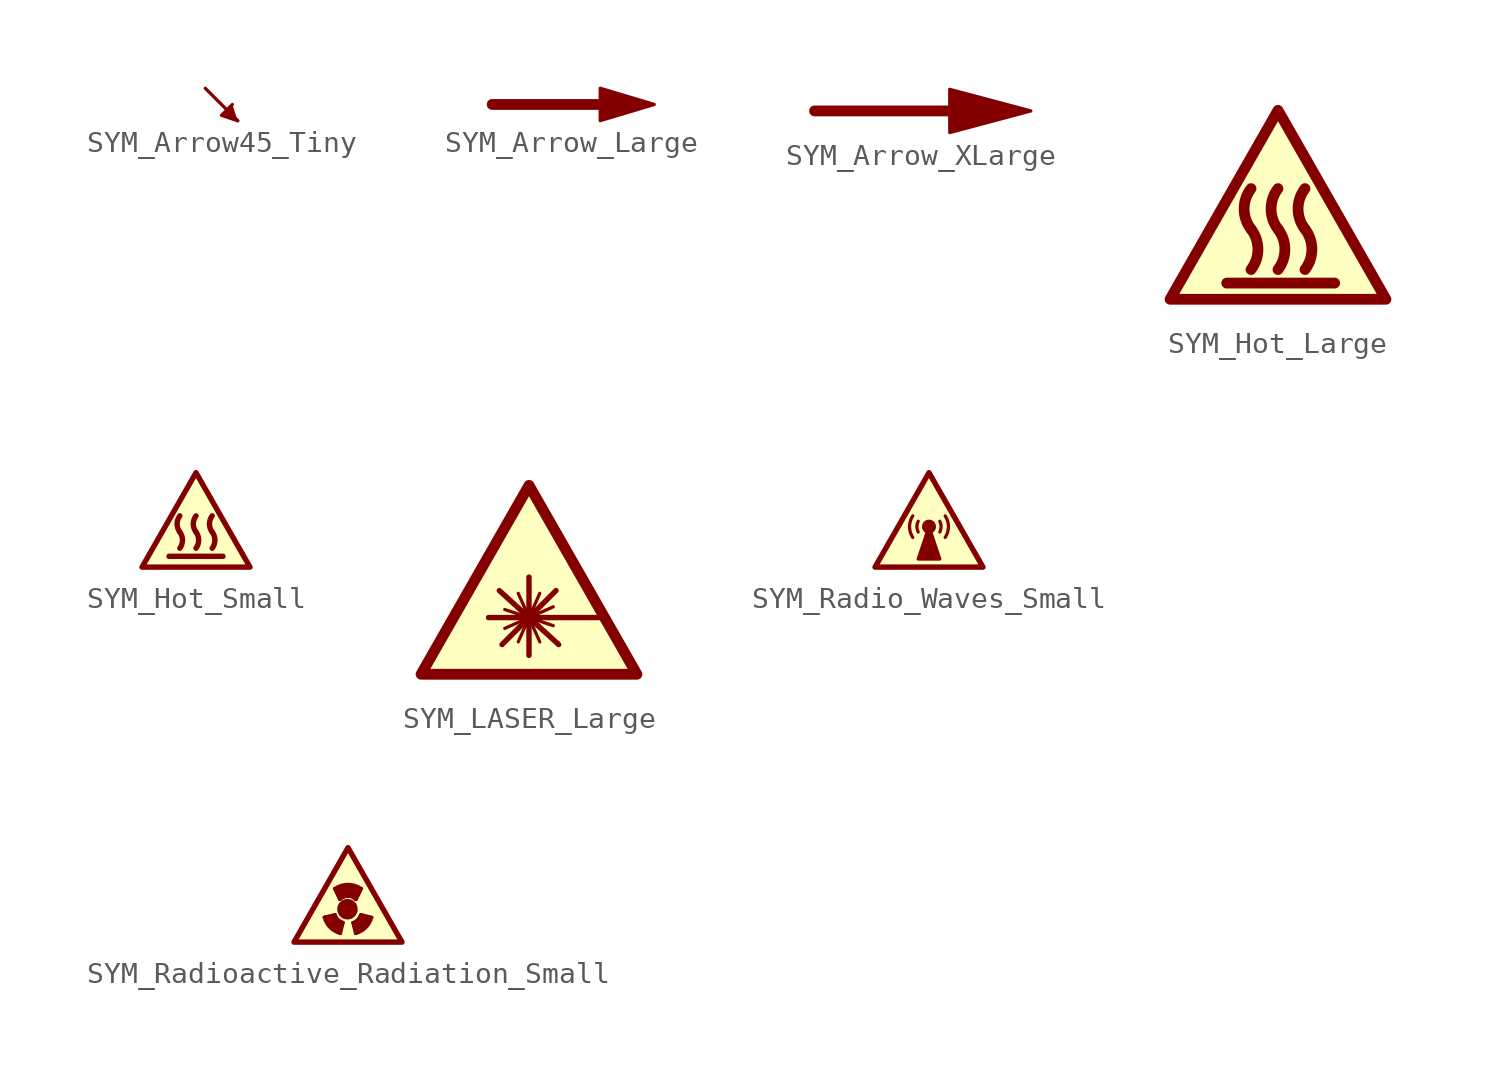
<source format=kicad_sym>
(kicad_symbol_lib
  (version 20211014)
  (generator kicad_symbol_editor)
  (symbol "SYM_Arrow45_Tiny"
    (pin_names
      (offset 1.016))
    (property "Reference" "#SYM"
      (at 4.064 1.27 0)
      (effects (font (size 1.27 1.27)) hide))
    (symbol "SYM_Arrow45_Tiny_0_1"
      (polyline (pts (xy 0.508 -0.762) (xy -1.016 0.762)) (stroke (width 0) (type default) (color 0 0 0 0)) (fill (type none)))
      (polyline (pts (xy 0.508 -0.762) (xy -0.254 -0.508) (xy 0.254 0)) (stroke (width 0) (type default) (color 0 0 0 0)) (fill (type outline)))))
  (symbol "SYM_Arrow_Large"
    (pin_names
      (offset 1.016))
    (property "Reference" "#SYM"
      (at 0 2.286 0)
      (effects (font (size 1.27 1.27)) hide))
    (symbol "SYM_Arrow_Large_0_1"
      (polyline (pts (xy 2.54 0) (xy -3.81 0)) (stroke (width 0.508) (type default) (color 0 0 0 0)) (fill (type none)))
      (polyline (pts (xy 3.81 0) (xy 1.27 -0.762) (xy 1.27 0.762) (xy 3.81 0)) (stroke (width 0) (type default) (color 0 0 0 0)) (fill (type outline)))))
  (symbol "SYM_Arrow_XLarge"
    (pin_names
      (offset 1.016))
    (property "Reference" "#SYM"
      (at 0 2.286 0)
      (effects (font (size 1.27 1.27)) hide))
    (symbol "SYM_Arrow_XLarge_0_1"
      (polyline (pts (xy 2.54 0) (xy -5.08 0)) (stroke (width 0.508) (type default) (color 0 0 0 0)) (fill (type none)))
      (polyline (pts (xy 5.08 0) (xy 1.27 -1.016) (xy 1.27 1.016) (xy 5.08 0)) (stroke (width 0) (type default) (color 0 0 0 0)) (fill (type outline)))))
  (symbol "SYM_Hot_Large"
    (pin_names
      (offset 1.016) hide)
    (property "Reference" "#SYM"
      (at 0 5.08 0)
      (effects (font (size 1.27 1.27)) hide))
    (symbol "SYM_Hot_Large_0_1"
      (arc (start -1.27 -3.683) (mid -0.9449 -2.728) (end -1.27 -1.778) (stroke (width 0.508) (type default) (color 0 0 0 0)) (fill (type none)))
      (arc (start -1.27 0.127) (mid -1.5951 -0.828) (end -1.27 -1.778) (stroke (width 0.508) (type default) (color 0 0 0 0)) (fill (type none)))
      (arc (start 0 -3.683) (mid 0.3251 -2.728) (end 0 -1.778) (stroke (width 0.508) (type default) (color 0 0 0 0)) (fill (type none)))
      (polyline (pts (xy -2.413 -4.318) (xy 2.667 -4.318)) (stroke (width 0.508) (type default) (color 0 0 0 0)) (fill (type none)))
      (polyline (pts (xy -5.08 -5.08) (xy 5.08 -5.08) (xy 0 3.81) (xy -5.08 -5.08)) (stroke (width 0.508) (type default) (color 0 0 0 0)) (fill (type background)))
      (arc (start 0 0.127) (mid -0.3251 -0.828) (end 0 -1.778) (stroke (width 0.508) (type default) (color 0 0 0 0)) (fill (type none)))
      (arc (start 1.27 -3.683) (mid 1.5951 -2.728) (end 1.27 -1.778) (stroke (width 0.508) (type default) (color 0 0 0 0)) (fill (type none)))
      (arc (start 1.27 0.127) (mid 0.9449 -0.828) (end 1.27 -1.778) (stroke (width 0.508) (type default) (color 0 0 0 0)) (fill (type none)))))
  (symbol "SYM_Hot_Small"
    (pin_names
      (offset 1.016) hide)
    (property "Reference" "#SYM"
      (at 0 3.556 0)
      (effects (font (size 1.27 1.27)) hide))
    (symbol "SYM_Hot_Small_0_1"
      (arc (start -0.762 -1.016) (mid -0.635 -0.635) (end -0.762 -0.254) (stroke (width 0.254) (type default) (color 0 0 0 0)) (fill (type none)))
      (arc (start -0.762 0.508) (mid -0.889 0.127) (end -0.762 -0.254) (stroke (width 0.254) (type default) (color 0 0 0 0)) (fill (type none)))
      (arc (start 0 -1.016) (mid 0.127 -0.635) (end 0 -0.254) (stroke (width 0.254) (type default) (color 0 0 0 0)) (fill (type none)))
      (polyline (pts (xy 1.27 -1.397) (xy -1.27 -1.397)) (stroke (width 0.254) (type default) (color 0 0 0 0)) (fill (type none)))
      (polyline (pts (xy -2.54 -1.905) (xy 2.54 -1.905) (xy 0 2.54) (xy -2.54 -1.905)) (stroke (width 0.254) (type default) (color 0 0 0 0)) (fill (type background)))
      (arc (start 0 0.508) (mid -0.127 0.127) (end 0 -0.254) (stroke (width 0.254) (type default) (color 0 0 0 0)) (fill (type none)))
      (arc (start 0.762 -1.016) (mid 0.889 -0.635) (end 0.762 -0.254) (stroke (width 0.254) (type default) (color 0 0 0 0)) (fill (type none)))
      (arc (start 0.762 0.508) (mid 0.635 0.127) (end 0.762 -0.254) (stroke (width 0.254) (type default) (color 0 0 0 0)) (fill (type none)))))
  (symbol "SYM_LASER_Large"
    (pin_names
      (offset 1.016) hide)
    (property "Reference" "#SYM"
      (at 0 5.08 0)
      (effects (font (size 1.27 1.27)) hide))
    (symbol "SYM_LASER_Large_0_1"
      (polyline (pts (xy -1.905 -2.413) (xy 3.556 -2.413)) (stroke (width 0.254) (type default) (color 0 0 0 0)) (fill (type none)))
      (polyline (pts (xy -1.27 -3.683) (xy 1.27 -1.143)) (stroke (width 0.254) (type default) (color 0 0 0 0)) (fill (type none)))
      (polyline (pts (xy -1.143 -2.921) (xy 1.143 -1.905)) (stroke (width 0) (type default) (color 0 0 0 0)) (fill (type none)))
      (polyline (pts (xy -1.143 -2.032) (xy 1.143 -2.794)) (stroke (width 0) (type default) (color 0 0 0 0)) (fill (type none)))
      (polyline (pts (xy -0.508 -1.27) (xy 0.508 -3.556)) (stroke (width 0) (type default) (color 0 0 0 0)) (fill (type none)))
      (polyline (pts (xy 0 -4.191) (xy 0 -0.508)) (stroke (width 0.254) (type default) (color 0 0 0 0)) (fill (type none)))
      (polyline (pts (xy 0.508 -1.27) (xy -0.508 -3.556)) (stroke (width 0) (type default) (color 0 0 0 0)) (fill (type none)))
      (polyline (pts (xy 1.397 -3.683) (xy -1.397 -1.143)) (stroke (width 0.254) (type default) (color 0 0 0 0)) (fill (type none)))
      (polyline (pts (xy -5.08 -5.08) (xy 5.08 -5.08) (xy 0 3.81) (xy -5.08 -5.08)) (stroke (width 0.508) (type default) (color 0 0 0 0)) (fill (type background)))))
  (symbol "SYM_Radio_Waves_Small"
    (pin_names
      (offset 1.016) hide)
    (property "Reference" "#SYM"
      (at 0 3.556 0)
      (effects (font (size 1.27 1.27)) hide))
    (symbol "SYM_Radio_Waves_Small_0_1"
      (arc (start -0.762 0.508) (mid -0.9158 0) (end -0.762 -0.508) (stroke (width 0) (type default) (color 0 0 0 0)) (fill (type none)))
      (arc (start -0.508 0.254) (mid -0.568 0) (end -0.508 -0.254) (stroke (width 0) (type default) (color 0 0 0 0)) (fill (type none)))
      (polyline (pts (xy -2.54 -1.905) (xy 2.54 -1.905) (xy 0 2.54) (xy -2.54 -1.905)) (stroke (width 0.254) (type default) (color 0 0 0 0)) (fill (type background)))
      (polyline (pts (xy -0.508 -1.524) (xy 0.508 -1.524) (xy 0 0) (xy -0.508 -1.524)) (stroke (width 0) (type default) (color 0 0 0 0)) (fill (type outline)))
      (circle (center 0 0) (radius 0.254) (stroke (width 0) (type default) (color 0 0 0 0)) (fill (type outline)))
      (arc (start 0.508 -0.254) (mid 0.568 0) (end 0.508 0.254) (stroke (width 0) (type default) (color 0 0 0 0)) (fill (type none)))
      (arc (start 0.762 -0.508) (mid 0.9158 0) (end 0.762 0.508) (stroke (width 0) (type default) (color 0 0 0 0)) (fill (type none)))))
  (symbol "SYM_Radioactive_Radiation_Small"
    (pin_names
      (offset 1.016) hide)
    (property "Reference" "#SYM"
      (at 0 3.556 0)
      (effects (font (size 1.27 1.27)) hide))
    (symbol "SYM_Radioactive_Radiation_Small_0_0"
      (arc (start -1.1176 -0.7366) (mid -0.8421 -1.2231) (end -0.3556 -1.4986) (stroke (width 0) (type default) (color 0 0 0 0)) (fill (type none)))
      (arc (start -0.6096 -0.6096) (mid -0.4656 -0.8429) (end -0.2286 -0.9906) (stroke (width 0) (type default) (color 0 0 0 0)) (fill (type none)))
      (circle (center -0.025 -0.356) (radius 0.356) (stroke (width 0.254) (type default) (color 0 0 0 0)) (fill (type outline)))
      (polyline (pts (xy -1.118 -0.737) (xy -0.61 -0.61)) (stroke (width 0) (type default) (color 0 0 0 0)) (fill (type none)))
      (polyline (pts (xy -0.635 0.61) (xy -0.381 0.102)) (stroke (width 0) (type default) (color 0 0 0 0)) (fill (type none)))
      (polyline (pts (xy -0.356 -1.499) (xy -0.229 -0.991)) (stroke (width 0) (type default) (color 0 0 0 0)) (fill (type none)))
      (polyline (pts (xy 0.356 -1.499) (xy 0.229 -0.991)) (stroke (width 0) (type default) (color 0 0 0 0)) (fill (type none)))
      (polyline (pts (xy 0.635 0.61) (xy 0.381 0.102)) (stroke (width 0) (type default) (color 0 0 0 0)) (fill (type none)))
      (polyline (pts (xy 1.118 -0.737) (xy 0.61 -0.61)) (stroke (width 0) (type default) (color 0 0 0 0)) (fill (type none)))
      (polyline (pts (xy -0.61 -0.66) (xy -0.508 -0.864) (xy -0.254 -0.965) (xy -0.406 -1.473) (xy -0.762 -1.219) (xy -0.965 -1.016) (xy -1.067 -0.711) (xy -0.61 -0.66)) (stroke (width 0) (type default) (color 0 0 0 0)) (fill (type outline)))
      (polyline (pts (xy 0.61 -0.61) (xy 0.457 -0.864) (xy 0.254 -1.016) (xy 0.406 -1.473) (xy 0.711 -1.27) (xy 0.914 -1.067) (xy 1.067 -0.762) (xy 0.61 -0.66)) (stroke (width 0) (type default) (color 0 0 0 0)) (fill (type outline)))
      (polyline (pts (xy -0.356 0.152) (xy -0.102 0.254) (xy 0.152 0.254) (xy 0.356 0.102) (xy 0.61 0.61) (xy 0.356 0.711) (xy 0.102 0.762) (xy -0.152 0.762) (xy -0.457 0.66) (xy -0.61 0.61) (xy -0.406 0.152)) (stroke (width 0) (type default) (color 0 0 0 0)) (fill (type outline)))
      (arc (start 0.2286 -0.9906) (mid 0.4619 -0.8466) (end 0.6096 -0.6096) (stroke (width 0) (type default) (color 0 0 0 0)) (fill (type none)))
      (arc (start 0.3556 -1.4986) (mid 0.8421 -1.2231) (end 1.1176 -0.7366) (stroke (width 0) (type default) (color 0 0 0 0)) (fill (type none)))
      (arc (start 0.381 0.1016) (mid 0 0.2594) (end -0.381 0.1016) (stroke (width 0) (type default) (color 0 0 0 0)) (fill (type none)))
      (arc (start 0.635 0.6096) (mid 0 0.8131) (end -0.635 0.6096) (stroke (width 0) (type default) (color 0 0 0 0)) (fill (type none))))
    (symbol "SYM_Radioactive_Radiation_Small_0_1"
      (polyline (pts (xy -2.54 -1.905) (xy 2.54 -1.905) (xy 0 2.54) (xy -2.54 -1.905)) (stroke (width 0.254) (type default) (color 0 0 0 0)) (fill (type background))))))
</source>
